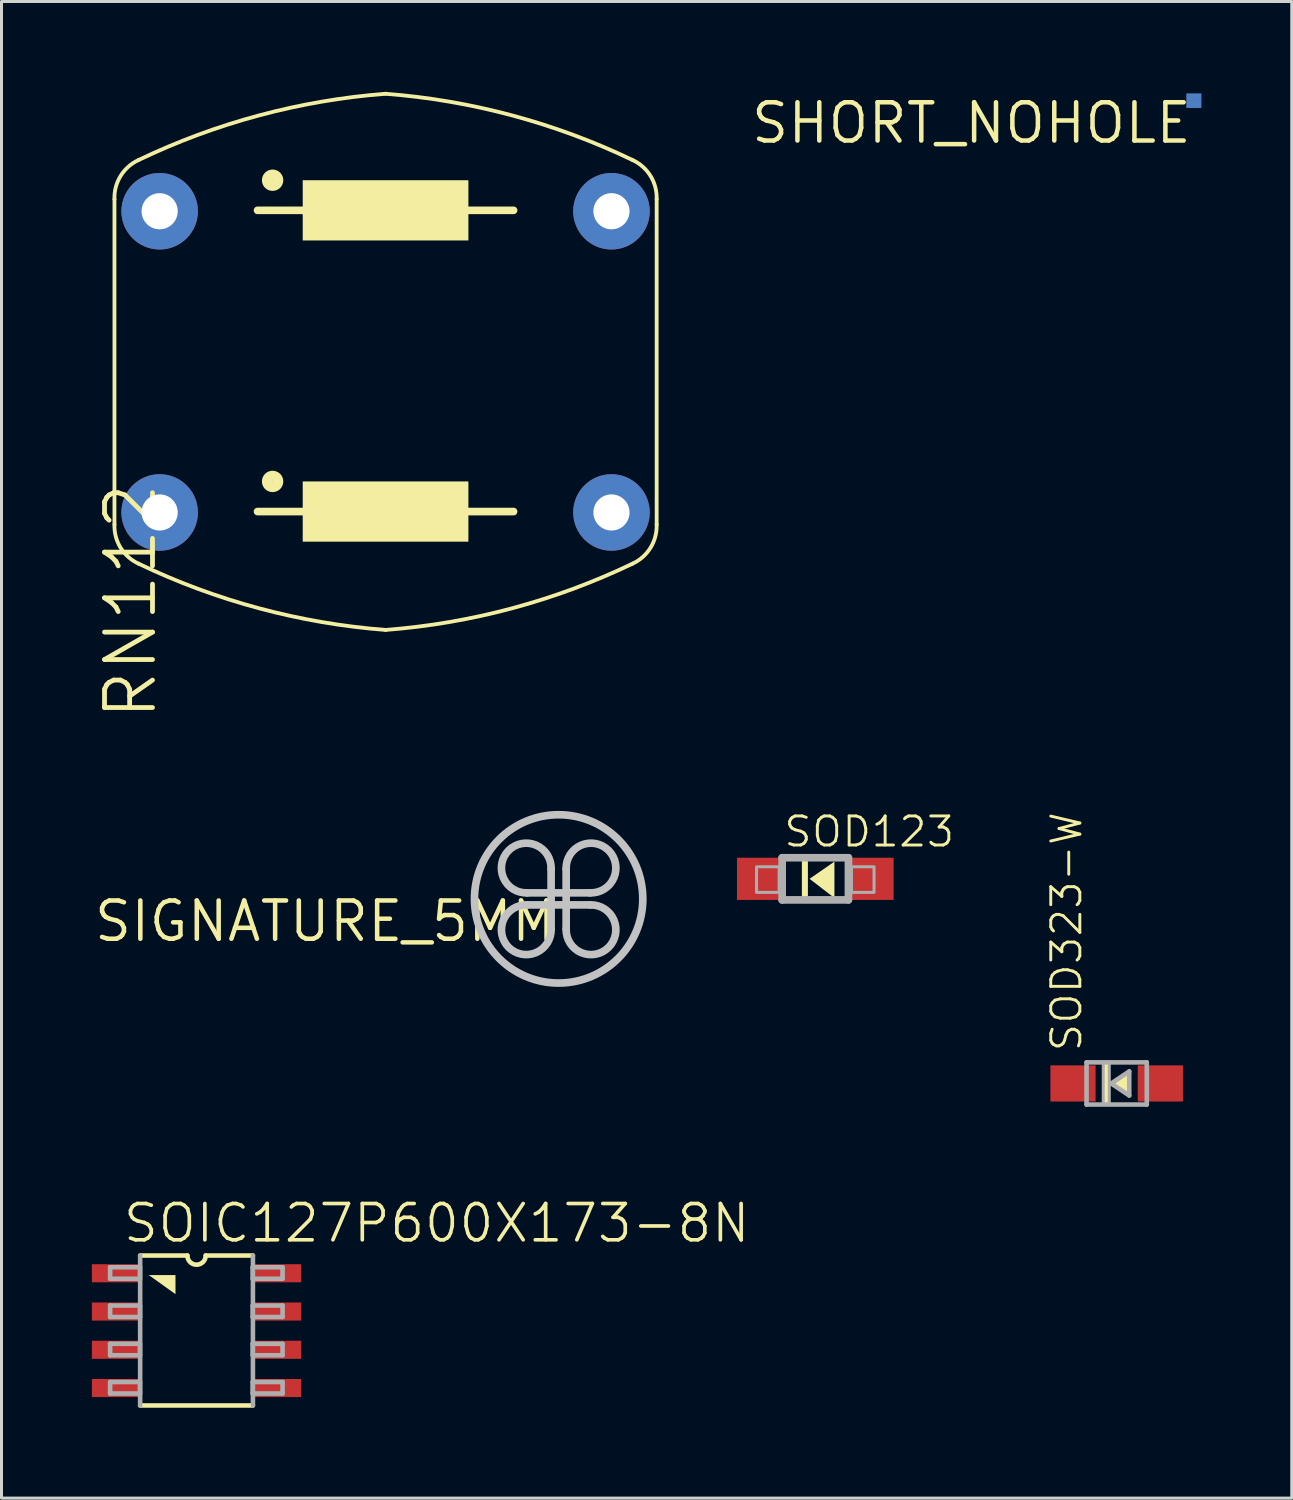
<source format=kicad_pcb>
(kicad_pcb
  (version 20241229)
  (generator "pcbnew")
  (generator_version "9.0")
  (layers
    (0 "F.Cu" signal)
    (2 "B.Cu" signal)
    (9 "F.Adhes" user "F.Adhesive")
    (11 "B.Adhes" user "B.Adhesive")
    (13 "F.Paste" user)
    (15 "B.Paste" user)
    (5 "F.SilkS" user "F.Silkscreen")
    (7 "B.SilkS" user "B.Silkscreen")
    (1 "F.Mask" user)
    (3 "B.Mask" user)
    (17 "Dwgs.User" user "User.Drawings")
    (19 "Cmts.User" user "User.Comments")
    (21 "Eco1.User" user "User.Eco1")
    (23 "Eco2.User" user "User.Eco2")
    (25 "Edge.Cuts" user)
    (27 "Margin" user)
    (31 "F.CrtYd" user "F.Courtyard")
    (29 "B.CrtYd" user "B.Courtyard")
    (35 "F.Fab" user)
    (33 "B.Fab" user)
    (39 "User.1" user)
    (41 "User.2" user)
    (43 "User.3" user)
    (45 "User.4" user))
  (footprint "SOD323-W"
    (layer "F.Cu")
    (at 34.022 32.919)
    (property "Reference" "SOD323-W" (at -1.1 -1 90) (layer "F.SilkS") (effects (font (size 0.965 0.965) (thickness 0.097)) (justify left bottom)))
    (attr through_hole)
    (fp_poly (pts (xy -0.191 0) (xy 0.381 -0.381) (xy 0.381 0.381)) (stroke (width 0) (type solid)) (fill yes) (layer "F.SilkS"))
    (fp_poly (pts (xy -0.446 0.7) (xy -0.246 0.7) (xy -0.246 -0.7) (xy -0.446 -0.7)) (stroke (width 0) (type solid)) (fill yes) (layer "F.SilkS"))
    (fp_line (start -1 -0.7) (end 1 -0.7) (stroke (width 0.152) (type solid)) (layer "F.Fab"))
    (fp_line (start -1 0.7) (end -1 -0.7) (stroke (width 0.152) (type solid)) (layer "F.Fab"))
    (fp_line (start -0.182 0) (end 0.417 -0.4) (stroke (width 0.152) (type solid)) (layer "F.Fab"))
    (fp_line (start 0.417 -0.4) (end 0.417 0.4) (stroke (width 0.152) (type solid)) (layer "F.Fab"))
    (fp_line (start 0.417 0.4) (end -0.182 0) (stroke (width 0.152) (type solid)) (layer "F.Fab"))
    (fp_line (start 1 -0.7) (end 1 0.7) (stroke (width 0.152) (type solid)) (layer "F.Fab"))
    (fp_line (start 1 0.7) (end -1 0.7) (stroke (width 0.152) (type solid)) (layer "F.Fab"))
    (fp_poly (pts (xy -0.446 0.7) (xy -0.246 0.7) (xy -0.246 -0.7) (xy -0.446 -0.7)) (stroke (width 0.1) (type solid)) (fill no) (layer "F.Fab"))
    (pad "A" smd rect (at 1.45 0) (size 1.5 1.2) (layers "F.Cu" "F.Mask" "F.Paste"))
    (pad "C" smd rect (at -1.45 0) (size 1.5 1.2) (layers "F.Cu" "F.Mask" "F.Paste")))
  (footprint "SHORT_NOHOLE"
    (layer "F.Cu")
    (at 36.585 0.292)
    (property "Reference" "SHORT_NOHOLE" (at 0 0 0) (layer "F.SilkS") (effects (font (size 1.27 1.27) (thickness 0.15)) (justify right top)))
    (attr through_hole)
    (pad "P$1" smd rect (at 0 -0.117 180) (size 0.5 0.25) (layers "B.Cu" "B.Mask"))
    (pad "P$2" smd rect (at 0 0.117 180) (size 0.5 0.25) (layers "B.Cu" "B.Mask")))
  (footprint "SIGNATURE_5MM"
    (layer "F.Cu")
    (at 15.496 26.792)
    (property "Reference" "SIGNATURE_5MM" (at 0 0 0) (layer "F.SilkS") (effects (font (size 1.27 1.27) (thickness 0.15)) (justify right top)))
    (attr through_hole)
    (fp_line (start -1.05 -0.2) (end 1.05 -0.2) (stroke (width 0.254) (type solid)) (layer "Dwgs.User"))
    (fp_line (start -1.05 0.2) (end 1.05 0.2) (stroke (width 0.254) (type solid)) (layer "Dwgs.User"))
    (fp_line (start -0.25 -1) (end -0.25 1) (stroke (width 0.254) (type solid)) (layer "Dwgs.User"))
    (fp_line (start 0.25 -1) (end 0.25 1) (stroke (width 0.254) (type solid)) (layer "Dwgs.User"))
    (fp_arc (start -1.05 -0.2) (mid -1.658623 -1.608625) (end -0.25 -0.999998) (stroke (width 0.254) (type solid)) (layer "Dwgs.User"))
    (fp_arc (start -0.25 1) (mid -1.658625 1.608623) (end -1.049998 0.2) (stroke (width 0.254) (type solid)) (layer "Dwgs.User"))
    (fp_arc (start 0.25 -1) (mid 1.658625 -1.608623) (end 1.049998 -0.2) (stroke (width 0.254) (type solid)) (layer "Dwgs.User"))
    (fp_arc (start 1.05 0.2) (mid 1.658623 1.608625) (end 0.25 0.999998) (stroke (width 0.254) (type solid)) (layer "Dwgs.User"))
    (fp_circle (center 0 0) (end 2.794 0) (stroke (width 0.254) (type solid)) (fill no) (layer "Dwgs.User")))
  (footprint "RN112"
    (layer "F.Cu")
    (at 9.75 8.963)
    (property "Reference" "RN112" (at -9.398 3.937 270) (layer "F.SilkS") (effects (font (size 1.593 1.593) (thickness 0.159)) (justify right top)))
    (attr through_hole)
    (fp_line (start -9 -5.4) (end -9 5.4) (stroke (width 0.127) (type solid)) (layer "F.SilkS"))
    (fp_line (start -4.25 -5.03) (end 4.25 -5.03) (stroke (width 0.254) (type solid)) (layer "F.SilkS"))
    (fp_line (start -4.25 4.97) (end 4.25 4.97) (stroke (width 0.254) (type solid)) (layer "F.SilkS"))
    (fp_line (start 9 -5.4) (end 9 5.4) (stroke (width 0.127) (type solid)) (layer "F.SilkS"))
    (fp_arc (start -9 -5.4) (mid -8.796804 -6.17111) (end -8.199999 -6.7) (stroke (width 0.127) (type solid)) (layer "F.SilkS"))
    (fp_arc (start -8.2 -6.7) (mid -4.202266 -8.181174) (end 0 -8.9) (stroke (width 0.127) (type solid)) (layer "F.SilkS"))
    (fp_arc (start -8.199998 6.7) (mid -8.796803 6.171111) (end -9 5.4) (stroke (width 0.127) (type solid)) (layer "F.SilkS"))
    (fp_arc (start 0 -8.9) (mid 4.202266 -8.181174) (end 8.2 -6.7) (stroke (width 0.127) (type solid)) (layer "F.SilkS"))
    (fp_arc (start 0 8.9) (mid -4.202266 8.181174) (end -8.2 6.7) (stroke (width 0.127) (type solid)) (layer "F.SilkS"))
    (fp_arc (start 8.199998 -6.7) (mid 8.796803 -6.171111) (end 9 -5.4) (stroke (width 0.127) (type solid)) (layer "F.SilkS"))
    (fp_arc (start 8.2 6.7) (mid 4.202266 8.181174) (end 0 8.9) (stroke (width 0.127) (type solid)) (layer "F.SilkS"))
    (fp_arc (start 9 5.4) (mid 8.796804 6.17111) (end 8.199999 6.7) (stroke (width 0.127) (type solid)) (layer "F.SilkS"))
    (fp_circle (center -3.75 -6.03) (end -3.57 -6.03) (stroke (width 0.35) (type solid)) (fill no) (layer "F.SilkS"))
    (fp_circle (center -3.75 3.97) (end -3.57 3.97) (stroke (width 0.35) (type solid)) (fill no) (layer "F.SilkS"))
    (fp_poly (pts (xy -2.75 -4.03) (xy 2.75 -4.03) (xy 2.75 -6.03) (xy -2.75 -6.03)) (stroke (width 0) (type solid)) (fill yes) (layer "F.SilkS"))
    (fp_poly (pts (xy -2.75 5.97) (xy 2.75 5.97) (xy 2.75 3.97) (xy -2.75 3.97)) (stroke (width 0) (type solid)) (fill yes) (layer "F.SilkS"))
    (pad "1" thru_hole circle (at -7.5 -5) (size 2.54 2.54) (drill 1.2) (layers "*.Cu" "*.Mask"))
    (pad "2" thru_hole circle (at 7.5 -5) (size 2.54 2.54) (drill 1.2) (layers "*.Cu" "*.Mask"))
    (pad "3" thru_hole circle (at -7.5 5) (size 2.54 2.54) (drill 1.2) (layers "*.Cu" "*.Mask"))
    (pad "4" thru_hole circle (at 7.5 5) (size 2.54 2.54) (drill 1.2) (layers "*.Cu" "*.Mask")))
  (footprint "SOD123"
    (layer "F.Cu")
    (at 24.017 26.126)
    (property "Reference" "SOD123" (at -1.1 -1 180) (layer "F.SilkS") (effects (font (size 0.965 0.965) (thickness 0.097)) (justify left bottom)))
    (attr through_hole)
    (fp_poly (pts (xy -0.191 0) (xy 0.635 -0.572) (xy 0.635 0.635)) (stroke (width 0) (type solid)) (fill yes) (layer "F.SilkS"))
    (fp_poly (pts (xy -0.446 0.7) (xy -0.246 0.7) (xy -0.246 -0.7) (xy -0.446 -0.7)) (stroke (width 0) (type solid)) (fill yes) (layer "F.SilkS"))
    (fp_line (start -1.1 -0.7) (end 1.1 -0.7) (stroke (width 0.254) (type solid)) (layer "F.Fab"))
    (fp_line (start -1.1 0.7) (end -1.1 -0.7) (stroke (width 0.254) (type solid)) (layer "F.Fab"))
    (fp_line (start 1.1 -0.7) (end 1.1 0.7) (stroke (width 0.254) (type solid)) (layer "F.Fab"))
    (fp_line (start 1.1 0.7) (end -1.1 0.7) (stroke (width 0.254) (type solid)) (layer "F.Fab"))
    (fp_poly (pts (xy -1.95 0.45) (xy -1.2 0.45) (xy -1.2 -0.4) (xy -1.95 -0.4)) (stroke (width 0.1) (type solid)) (fill no) (layer "F.Fab"))
    (fp_poly (pts (xy 1.2 0.45) (xy 1.95 0.45) (xy 1.95 -0.4) (xy 1.2 -0.4)) (stroke (width 0.1) (type solid)) (fill no) (layer "F.Fab"))
    (pad "A" smd rect (at 1.9 0) (size 1.4 1.4) (layers "F.Cu" "F.Mask" "F.Paste"))
    (pad "C" smd rect (at -1.9 0) (size 1.4 1.4) (layers "F.Cu" "F.Mask" "F.Paste")))
  (footprint "SOIC127P600X173-8N"
    (layer "F.Cu")
    (at 3.475 41.121)
    (property "Reference" "SOIC127P600X173-8N" (at -2.502 -2.857 180) (layer "F.SilkS") (effects (font (size 1.206 1.206) (thickness 0.121)) (justify left bottom)))
    (attr through_hole)
    (fp_line (start -1.872 2.489) (end 1.872 2.489) (stroke (width 0.152) (type solid)) (layer "F.SilkS"))
    (fp_line (start -0.305 -2.489) (end -1.872 -2.489) (stroke (width 0.152) (type solid)) (layer "F.SilkS"))
    (fp_line (start 1.872 -2.489) (end 0.305 -2.489) (stroke (width 0.152) (type solid)) (layer "F.SilkS"))
    (fp_arc (start 0.3048 -2.4892) (mid 0 -2.1844) (end -0.3048 -2.4892) (stroke (width 0.1524) (type solid)) (layer "F.SilkS"))
    (fp_poly (pts (xy -1.587 -1.841) (xy -0.699 -1.841) (xy -0.699 -1.206)) (stroke (width 0) (type solid)) (fill yes) (layer "F.SilkS"))
    (fp_line (start -2.869 -2.099) (end -2.869 -1.718) (stroke (width 0.152) (type solid)) (layer "F.Fab"))
    (fp_line (start -2.869 -1.718) (end -1.878 -1.718) (stroke (width 0.152) (type solid)) (layer "F.Fab"))
    (fp_line (start -2.869 -0.829) (end -2.869 -0.448) (stroke (width 0.152) (type solid)) (layer "F.Fab"))
    (fp_line (start -2.869 -0.448) (end -1.878 -0.448) (stroke (width 0.152) (type solid)) (layer "F.Fab"))
    (fp_line (start -2.869 0.441) (end -2.869 0.822) (stroke (width 0.152) (type solid)) (layer "F.Fab"))
    (fp_line (start -2.869 0.822) (end -1.878 0.822) (stroke (width 0.152) (type solid)) (layer "F.Fab"))
    (fp_line (start -2.869 1.711) (end -2.869 2.092) (stroke (width 0.152) (type solid)) (layer "F.Fab"))
    (fp_line (start -2.869 2.092) (end -1.878 2.092) (stroke (width 0.152) (type solid)) (layer "F.Fab"))
    (fp_line (start -1.878 -2.099) (end -2.869 -2.099) (stroke (width 0.152) (type solid)) (layer "F.Fab"))
    (fp_line (start -1.878 -1.718) (end -1.878 -2.099) (stroke (width 0.152) (type solid)) (layer "F.Fab"))
    (fp_line (start -1.878 -0.829) (end -2.869 -0.829) (stroke (width 0.152) (type solid)) (layer "F.Fab"))
    (fp_line (start -1.878 -0.448) (end -1.878 -0.829) (stroke (width 0.152) (type solid)) (layer "F.Fab"))
    (fp_line (start -1.878 0.441) (end -2.869 0.441) (stroke (width 0.152) (type solid)) (layer "F.Fab"))
    (fp_line (start -1.878 0.822) (end -1.878 0.441) (stroke (width 0.152) (type solid)) (layer "F.Fab"))
    (fp_line (start -1.878 1.711) (end -2.869 1.711) (stroke (width 0.152) (type solid)) (layer "F.Fab"))
    (fp_line (start -1.878 2.092) (end -1.878 1.711) (stroke (width 0.152) (type solid)) (layer "F.Fab"))
    (fp_line (start -1.872 2.489) (end -1.872 -2.489) (stroke (width 0.152) (type solid)) (layer "F.Fab"))
    (fp_line (start 1.865 -2.099) (end 1.865 -1.718) (stroke (width 0.152) (type solid)) (layer "F.Fab"))
    (fp_line (start 1.865 -1.718) (end 2.856 -1.718) (stroke (width 0.152) (type solid)) (layer "F.Fab"))
    (fp_line (start 1.865 -0.829) (end 1.865 -0.448) (stroke (width 0.152) (type solid)) (layer "F.Fab"))
    (fp_line (start 1.865 -0.448) (end 2.856 -0.448) (stroke (width 0.152) (type solid)) (layer "F.Fab"))
    (fp_line (start 1.865 0.441) (end 1.865 0.822) (stroke (width 0.152) (type solid)) (layer "F.Fab"))
    (fp_line (start 1.865 0.822) (end 2.856 0.822) (stroke (width 0.152) (type solid)) (layer "F.Fab"))
    (fp_line (start 1.865 1.711) (end 1.865 2.092) (stroke (width 0.152) (type solid)) (layer "F.Fab"))
    (fp_line (start 1.865 2.092) (end 2.856 2.092) (stroke (width 0.152) (type solid)) (layer "F.Fab"))
    (fp_line (start 1.872 2.489) (end 1.872 -2.489) (stroke (width 0.152) (type solid)) (layer "F.Fab"))
    (fp_line (start 2.856 -2.099) (end 1.865 -2.099) (stroke (width 0.152) (type solid)) (layer "F.Fab"))
    (fp_line (start 2.856 -1.718) (end 2.856 -2.099) (stroke (width 0.152) (type solid)) (layer "F.Fab"))
    (fp_line (start 2.856 -0.829) (end 1.865 -0.829) (stroke (width 0.152) (type solid)) (layer "F.Fab"))
    (fp_line (start 2.856 -0.448) (end 2.856 -0.829) (stroke (width 0.152) (type solid)) (layer "F.Fab"))
    (fp_line (start 2.856 0.441) (end 1.865 0.441) (stroke (width 0.152) (type solid)) (layer "F.Fab"))
    (fp_line (start 2.856 0.822) (end 2.856 0.441) (stroke (width 0.152) (type solid)) (layer "F.Fab"))
    (fp_line (start 2.856 1.711) (end 1.865 1.711) (stroke (width 0.152) (type solid)) (layer "F.Fab"))
    (fp_line (start 2.856 2.092) (end 2.856 1.711) (stroke (width 0.152) (type solid)) (layer "F.Fab"))
    (pad "1" smd rect (at -2.7 -1.9) (size 1.55 0.6) (layers "F.Cu" "F.Mask" "F.Paste"))
    (pad "2" smd rect (at -2.7 -0.63) (size 1.55 0.6) (layers "F.Cu" "F.Mask" "F.Paste"))
    (pad "3" smd rect (at -2.7 0.64) (size 1.55 0.6) (layers "F.Cu" "F.Mask" "F.Paste"))
    (pad "4" smd rect (at -2.7 1.91) (size 1.55 0.6) (layers "F.Cu" "F.Mask" "F.Paste"))
    (pad "5" smd rect (at 2.7 1.91) (size 1.55 0.6) (layers "F.Cu" "F.Mask" "F.Paste"))
    (pad "6" smd rect (at 2.7 0.64) (size 1.55 0.6) (layers "F.Cu" "F.Mask" "F.Paste"))
    (pad "7" smd rect (at 2.7 -0.63) (size 1.55 0.6) (layers "F.Cu" "F.Mask" "F.Paste"))
    (pad "8" smd rect (at 2.7 -1.9) (size 1.55 0.6) (layers "F.Cu" "F.Mask" "F.Paste")))
  (gr_rect
    (start -3 -3)
    (end 39.835 46.686)
    (stroke (width 0.1) (type default))
    (fill no)
    (layer "Edge.Cuts")))
</source>
